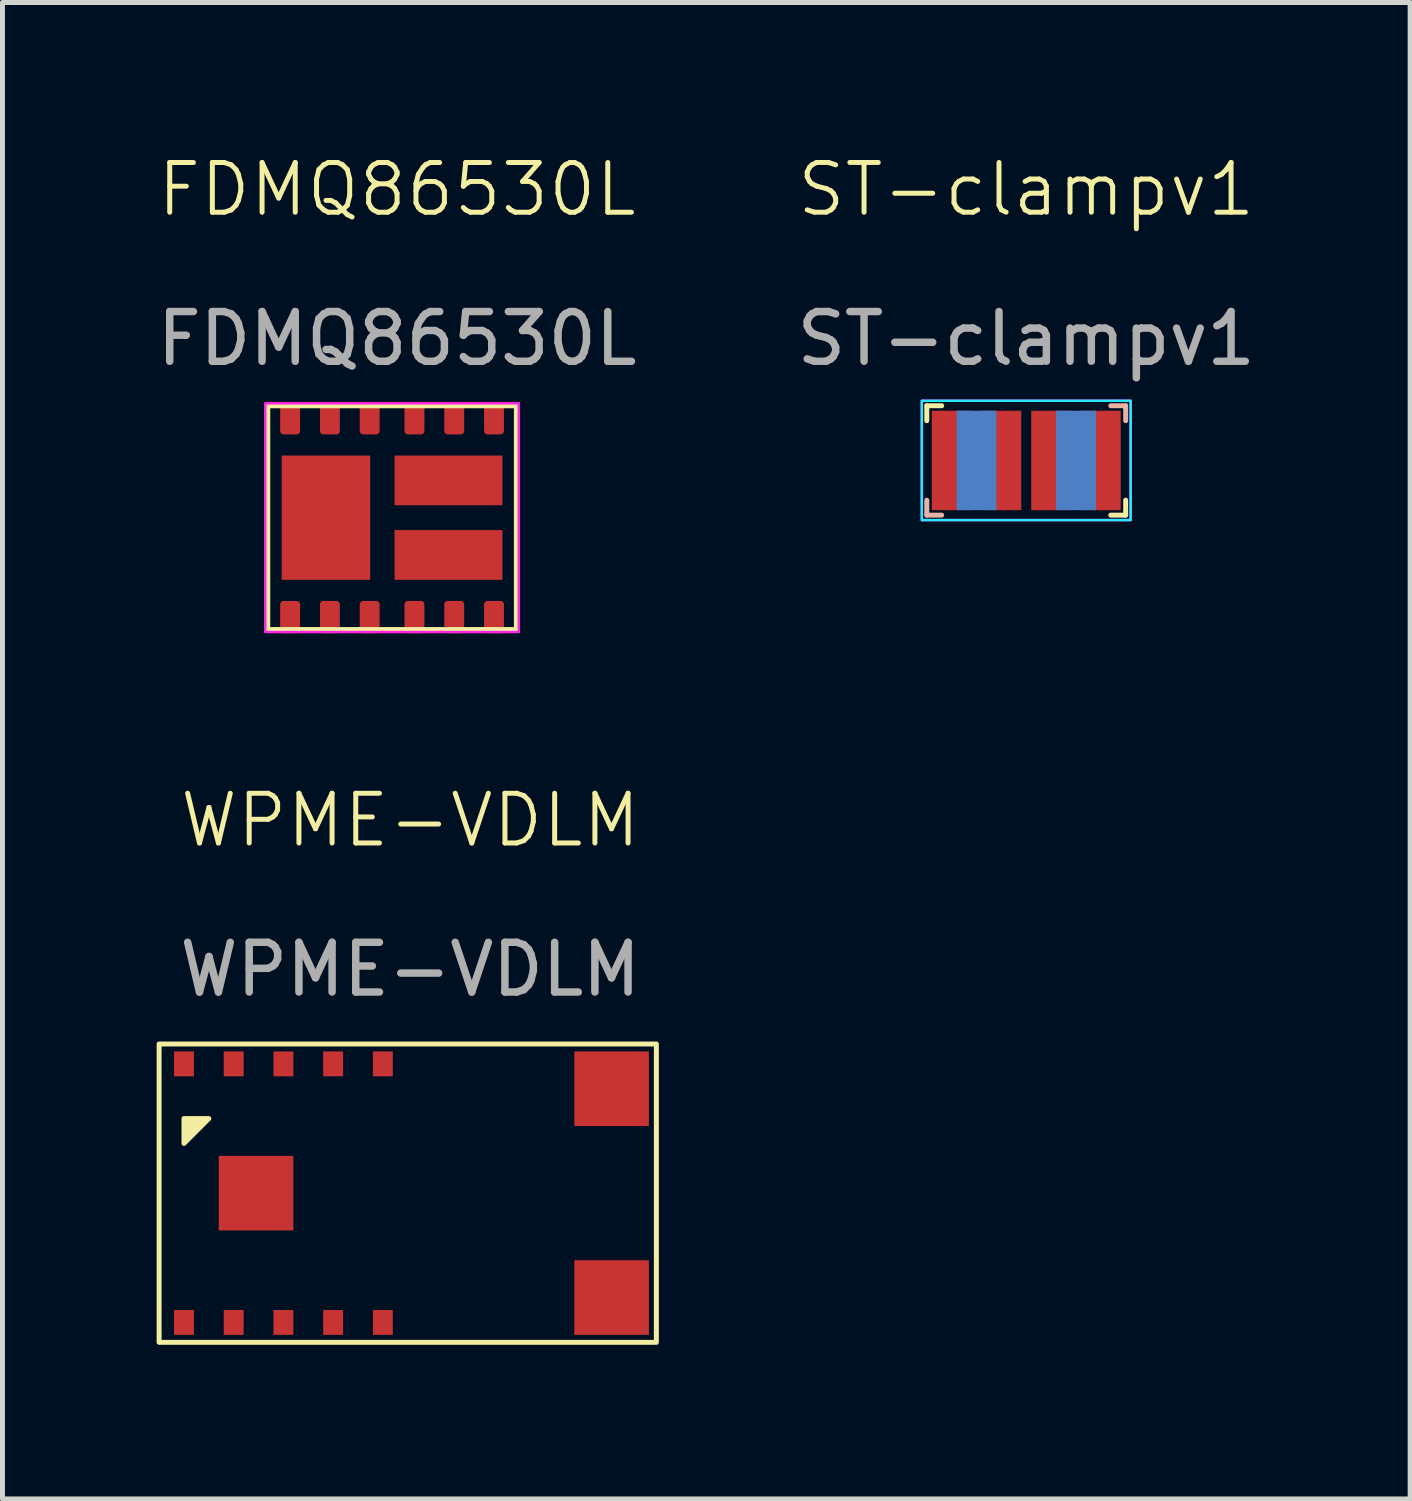
<source format=kicad_pcb>
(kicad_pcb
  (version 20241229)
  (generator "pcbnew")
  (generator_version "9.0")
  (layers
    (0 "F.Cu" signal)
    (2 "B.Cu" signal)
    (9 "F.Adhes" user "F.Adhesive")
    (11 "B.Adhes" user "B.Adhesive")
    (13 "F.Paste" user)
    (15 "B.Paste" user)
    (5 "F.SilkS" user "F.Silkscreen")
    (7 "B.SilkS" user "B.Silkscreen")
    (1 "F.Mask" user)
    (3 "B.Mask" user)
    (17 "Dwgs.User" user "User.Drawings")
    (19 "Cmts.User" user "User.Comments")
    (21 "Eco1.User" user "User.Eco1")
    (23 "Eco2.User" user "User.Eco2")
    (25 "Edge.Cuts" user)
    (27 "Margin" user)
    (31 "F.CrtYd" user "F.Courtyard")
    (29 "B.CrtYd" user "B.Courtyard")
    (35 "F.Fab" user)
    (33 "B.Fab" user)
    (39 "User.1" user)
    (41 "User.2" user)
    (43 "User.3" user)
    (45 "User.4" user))
  (footprint "FDMQ86530L"
    (layer "F.Cu")
    (at 4.835 7.361)
    (property "Reference" "FDMQ86530L" (at 0.1 -6.6 0) (unlocked yes) (layer "F.SilkS") (effects (font (size 1 1) (thickness 0.1))))
    (attr smd)
    (fp_rect (start -2.5 -2.25) (end 2.5 2.25) (stroke (width 0.1) (type default)) (fill no) (layer "F.SilkS"))
    (fp_rect (start -2.55 -2.3) (end 2.55 2.3) (stroke (width 0.05) (type default)) (fill no) (layer "F.CrtYd"))
    (fp_text user "${REFERENCE}" (at 0.1 -3.6 0) (unlocked yes) (layer "F.Fab") (effects (font (size 1 1) (thickness 0.15))))
    (pad "1" smd roundrect (at -2.05 2) (size 0.4 0.65) (layers "F.Cu" "F.Mask" "F.Paste") (roundrect_rratio 0.167))
    (pad "2" smd roundrect (at -1.25 2) (size 0.4 0.65) (layers "F.Cu" "F.Mask" "F.Paste") (roundrect_rratio 0.167))
    (pad "3" smd roundrect (at -0.45 2) (size 0.4 0.65) (layers "F.Cu" "F.Mask" "F.Paste") (roundrect_rratio 0.167))
    (pad "4" smd roundrect (at 0.45 2) (size 0.4 0.65) (layers "F.Cu" "F.Mask" "F.Paste") (roundrect_rratio 0.167))
    (pad "5" smd roundrect (at 1.25 2) (size 0.4 0.65) (layers "F.Cu" "F.Mask" "F.Paste") (roundrect_rratio 0.167))
    (pad "6" smd roundrect (at 2.05 2) (size 0.4 0.65) (layers "F.Cu" "F.Mask" "F.Paste") (roundrect_rratio 0.167))
    (pad "7" smd roundrect (at 2.05 -2) (size 0.4 0.65) (layers "F.Cu" "F.Mask" "F.Paste") (roundrect_rratio 0.167))
    (pad "8" smd roundrect (at 1.25 -2) (size 0.4 0.65) (layers "F.Cu" "F.Mask" "F.Paste") (roundrect_rratio 0.167))
    (pad "9" smd roundrect (at 0.45 -2) (size 0.4 0.65) (layers "F.Cu" "F.Mask" "F.Paste") (roundrect_rratio 0.167))
    (pad "10" smd roundrect (at -0.45 -2) (size 0.4 0.65) (layers "F.Cu" "F.Mask" "F.Paste") (roundrect_rratio 0.167))
    (pad "11" smd roundrect (at -1.25 -2) (size 0.4 0.65) (layers "F.Cu" "F.Mask" "F.Paste") (roundrect_rratio 0.167))
    (pad "12" smd roundrect (at -2.05 -2) (size 0.4 0.65) (layers "F.Cu" "F.Mask" "F.Paste") (roundrect_rratio 0.167))
    (pad "13" smd rect (at -1.33 0) (size 1.78 2.5) (layers "F.Cu" "F.Mask" "F.Paste"))
    (pad "14" smd rect (at 1.135 -0.75) (size 2.17 1) (layers "F.Cu" "F.Mask" "F.Paste"))
    (pad "15" smd rect (at 1.135 0.75) (size 2.17 1) (layers "F.Cu" "F.Mask" "F.Paste")))
  (footprint "ST-clampv1"
    (layer "F.Cu")
    (at 17.589 6.21)
    (property "Reference" "ST-clampv1" (at 0 -5.45 0) (unlocked yes) (layer "F.SilkS") (effects (font (size 1 1) (thickness 0.1))))
    (attr smd)
    (fp_line (start -2 -1.1) (end -1.7 -1.1) (stroke (width 0.1) (type default)) (layer "F.SilkS"))
    (fp_line (start -2 -0.8) (end -2 -1.1) (stroke (width 0.1) (type default)) (layer "F.SilkS"))
    (fp_line (start 1.7 1.1) (end 2 1.1) (stroke (width 0.1) (type default)) (layer "F.SilkS"))
    (fp_line (start 2 1.1) (end 2 0.8) (stroke (width 0.1) (type default)) (layer "F.SilkS"))
    (fp_line (start -2 0.8) (end -2 1.1) (stroke (width 0.1) (type default)) (layer "B.SilkS"))
    (fp_line (start -2 1.1) (end -1.7 1.1) (stroke (width 0.1) (type default)) (layer "B.SilkS"))
    (fp_line (start 1.7 -1.1) (end 2 -1.1) (stroke (width 0.1) (type default)) (layer "B.SilkS"))
    (fp_line (start 2 -1.1) (end 2 -0.8) (stroke (width 0.1) (type default)) (layer "B.SilkS"))
    (fp_rect (start -2.1 -1.2) (end 2.1 1.2) (stroke (width 0.05) (type default)) (fill no) (layer "B.CrtYd"))
    (fp_rect (start -2.1 -1.2) (end 2.1 1.2) (stroke (width 0.05) (type default)) (fill no) (layer "F.CrtYd"))
    (fp_text user "${REFERENCE}" (at 0 -2.45 0) (unlocked yes) (layer "F.Fab") (effects (font (size 1 1) (thickness 0.15))))
    (pad "1" smd rect (at -1 0) (size 0.8 2) (layers "B.Cu" "B.Mask"))
    (pad "2" smd rect (at 1 0) (size 0.8 2) (layers "B.Cu" "B.Mask"))
    (pad "3" smd rect (at 1.5 0) (size 0.8 2) (layers "F.Cu" "F.Mask"))
    (pad "4" smd rect (at 0.5 0) (size 0.8 2) (layers "F.Cu" "F.Mask"))
    (pad "5" smd rect (at -0.5 0) (size 0.8 2) (layers "F.Cu" "F.Mask"))
    (pad "6" smd rect (at -1.5 0) (size 0.8 2) (layers "F.Cu" "F.Mask")))
  (footprint "WPME-VDLM"
    (layer "F.Cu")
    (at 5.15 20.946)
    (property "Reference" "WPME-VDLM" (at 0.05 -7.5 0) (unlocked yes) (layer "F.SilkS") (effects (font (size 1 1) (thickness 0.1))))
    (attr smd)
    (fp_rect (start -5 -3) (end 5 3) (stroke (width 0.1) (type default)) (fill no) (layer "F.SilkS"))
    (fp_poly (pts (xy -4.5 -1) (xy -4.5 -1.5) (xy -4 -1.5)) (stroke (width 0.1) (type solid)) (fill yes) (layer "F.SilkS"))
    (fp_rect (start -5.1 -3.1) (end 5.1 3.1) (stroke (width 0.1) (type default)) (fill no) (layer "Margin"))
    (fp_text user "${REFERENCE}" (at 0.05 -4.5 0) (unlocked yes) (layer "F.Fab") (effects (font (size 1 1) (thickness 0.15))))
    (pad "1" smd rect (at -4.5 -2.6) (size 0.4 0.5) (layers "F.Cu" "F.Mask" "F.Paste"))
    (pad "2" smd rect (at -3.5 -2.6) (size 0.4 0.5) (layers "F.Cu" "F.Mask" "F.Paste"))
    (pad "3" smd rect (at -2.5 -2.6) (size 0.4 0.5) (layers "F.Cu" "F.Mask" "F.Paste"))
    (pad "4" smd rect (at -1.5 -2.6) (size 0.4 0.5) (layers "F.Cu" "F.Mask" "F.Paste"))
    (pad "5" smd rect (at -0.5 -2.6) (size 0.4 0.5) (layers "F.Cu" "F.Mask" "F.Paste"))
    (pad "6" smd rect (at 4.1 -2.1) (size 1.5 1.5) (layers "F.Cu" "F.Mask" "F.Paste"))
    (pad "7" smd rect (at 4.1 2.1) (size 1.5 1.5) (layers "F.Cu" "F.Mask" "F.Paste"))
    (pad "8" smd rect (at -0.5 2.6) (size 0.4 0.5) (layers "F.Cu" "F.Mask" "F.Paste"))
    (pad "9" smd rect (at -1.5 2.6) (size 0.4 0.5) (layers "F.Cu" "F.Mask" "F.Paste"))
    (pad "10" smd rect (at -2.5 2.6) (size 0.4 0.5) (layers "F.Cu" "F.Mask" "F.Paste"))
    (pad "11" smd rect (at -3.5 2.6) (size 0.4 0.5) (layers "F.Cu" "F.Mask" "F.Paste"))
    (pad "12" smd rect (at -4.5 2.6) (size 0.4 0.5) (layers "F.Cu" "F.Mask" "F.Paste"))
    (pad "13" smd rect (at -3.05 0) (size 1.5 1.5) (layers "F.Cu" "F.Mask" "F.Paste")))
  (gr_rect
    (start -3 -3)
    (end 25.31 27.096)
    (stroke (width 0.1) (type default))
    (fill no)
    (layer "Edge.Cuts")))
</source>
